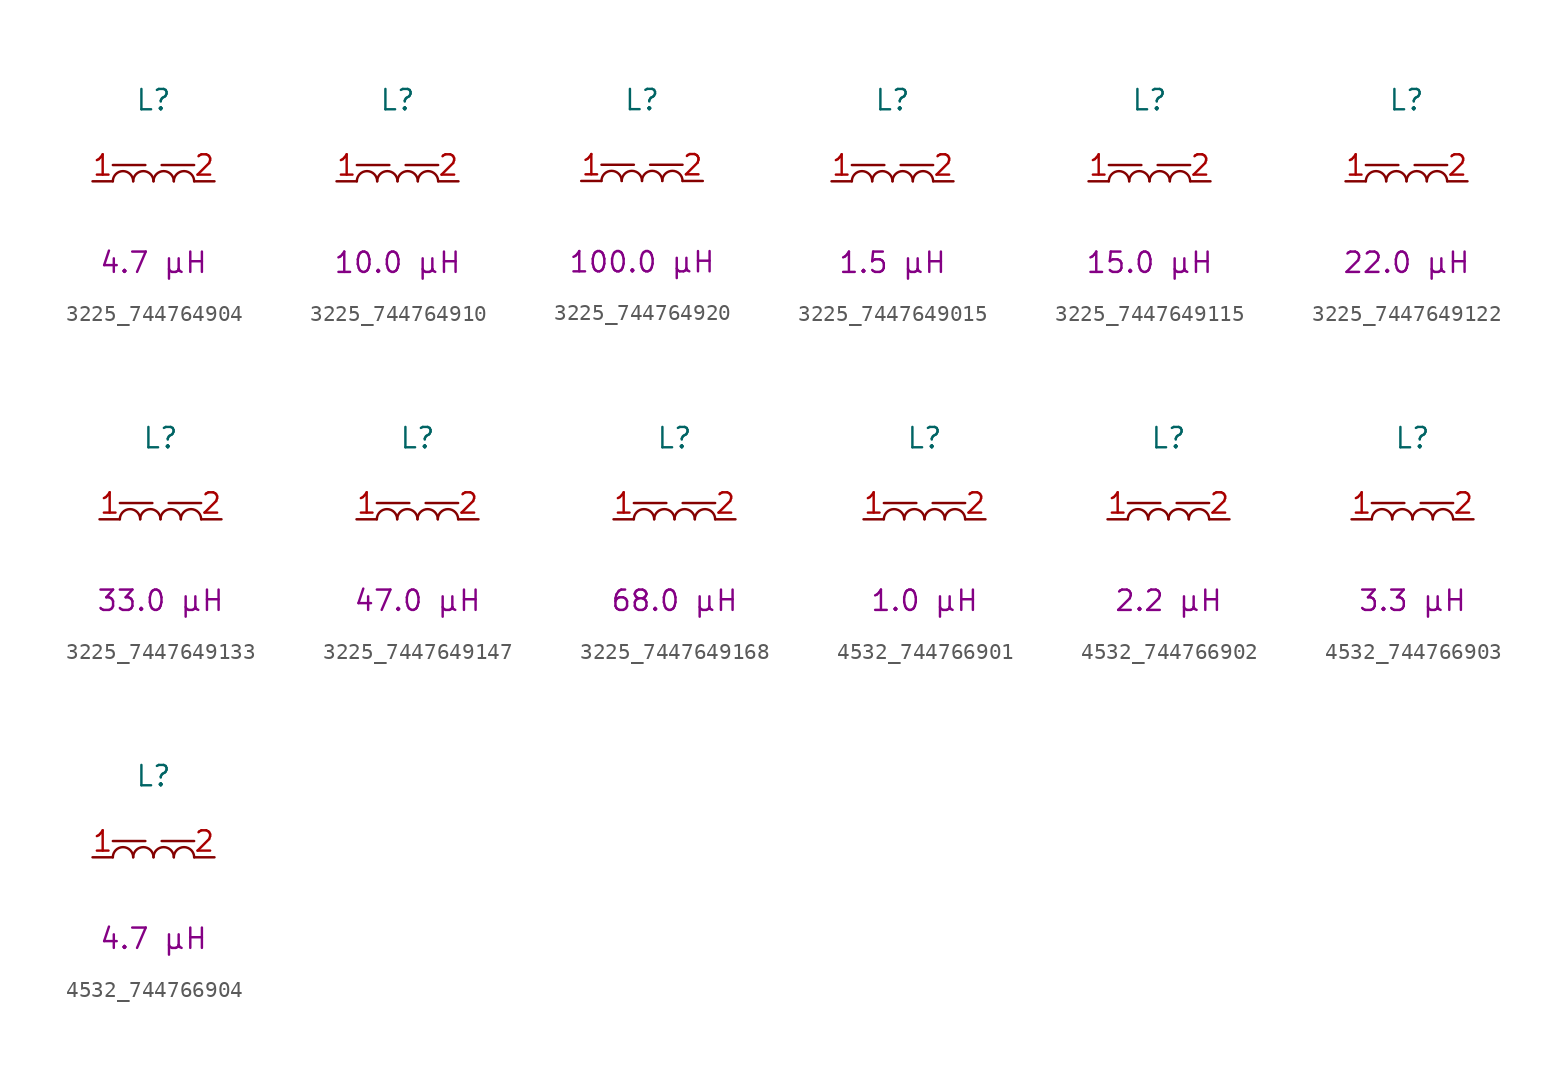
<source format=kicad_sym>
(kicad_symbol_lib
  (version 20220914)
  (generator kicad_symbol_editor)
  (symbol "3225_744764904"
    (pin_names hide)
    (property "Reference" "L"
      (at 0 5.08 0)
      (effects (font (size 1.27 1.27))))
    (property "Critical Parameter" "4.7 µH"
      (at 0 -5.08 0)
      (effects (font (size 1.27 1.27))))
    (symbol "3225_744764904_0_1"
      (arc (start -1.27 0) (mid -1.905 0.6323) (end -2.54 0) (stroke (width 0) (type default)) (fill (type none)))
      (arc (start 0 0) (mid -0.635 0.6323) (end -1.27 0) (stroke (width 0) (type default)) (fill (type none)))
      (polyline (pts (xy -2.54 1.016) (xy -0.508 1.016)) (stroke (width 0) (type default)) (fill (type none)))
      (arc (start 1.27 0) (mid 0.635 0.6323) (end 0 0) (stroke (width 0) (type default)) (fill (type none)))
      (arc (start 2.54 0) (mid 1.905 0.6323) (end 1.27 0) (stroke (width 0) (type default)) (fill (type none))))
    (symbol "3225_744764904_1_1"
      (polyline (pts (xy 2.54 1.016) (xy 0.508 1.016)) (stroke (width 0) (type default)) (fill (type none)))
      (pin passive line (at -3.81 0 0) (length 1.27) (name "1" (effects (font (size 1.27 1.27)))) (number "1" (effects (font (size 1.27 1.27)))))
      (pin passive line (at 3.81 0 180) (length 1.27) (name "2" (effects (font (size 1.27 1.27)))) (number "2" (effects (font (size 1.27 1.27)))))))
  (symbol "3225_744764910"
    (pin_names hide)
    (property "Reference" "L"
      (at 0 5.08 0)
      (effects (font (size 1.27 1.27))))
    (property "Critical Parameter" "10.0 µH"
      (at 0 -5.08 0)
      (effects (font (size 1.27 1.27))))
    (symbol "3225_744764910_0_1"
      (arc (start -1.27 0) (mid -1.905 0.6323) (end -2.54 0) (stroke (width 0) (type default)) (fill (type none)))
      (arc (start 0 0) (mid -0.635 0.6323) (end -1.27 0) (stroke (width 0) (type default)) (fill (type none)))
      (polyline (pts (xy -2.54 1.016) (xy -0.508 1.016)) (stroke (width 0) (type default)) (fill (type none)))
      (arc (start 1.27 0) (mid 0.635 0.6323) (end 0 0) (stroke (width 0) (type default)) (fill (type none)))
      (arc (start 2.54 0) (mid 1.905 0.6323) (end 1.27 0) (stroke (width 0) (type default)) (fill (type none))))
    (symbol "3225_744764910_1_1"
      (polyline (pts (xy 2.54 1.016) (xy 0.508 1.016)) (stroke (width 0) (type default)) (fill (type none)))
      (pin passive line (at -3.81 0 0) (length 1.27) (name "1" (effects (font (size 1.27 1.27)))) (number "1" (effects (font (size 1.27 1.27)))))
      (pin passive line (at 3.81 0 180) (length 1.27) (name "2" (effects (font (size 1.27 1.27)))) (number "2" (effects (font (size 1.27 1.27)))))))
  (symbol "3225_744764920"
    (pin_names hide)
    (property "Reference" "L"
      (at 0 5.08 0)
      (effects (font (size 1.27 1.27))))
    (property "Critical Parameter" "100.0 µH"
      (at 0 -5.08 0)
      (effects (font (size 1.27 1.27))))
    (symbol "3225_744764920_0_1"
      (arc (start -1.27 0) (mid -1.905 0.6323) (end -2.54 0) (stroke (width 0) (type default)) (fill (type none)))
      (arc (start 0 0) (mid -0.635 0.6323) (end -1.27 0) (stroke (width 0) (type default)) (fill (type none)))
      (polyline (pts (xy -2.54 1.016) (xy -0.508 1.016)) (stroke (width 0) (type default)) (fill (type none)))
      (arc (start 1.27 0) (mid 0.635 0.6323) (end 0 0) (stroke (width 0) (type default)) (fill (type none)))
      (arc (start 2.54 0) (mid 1.905 0.6323) (end 1.27 0) (stroke (width 0) (type default)) (fill (type none))))
    (symbol "3225_744764920_1_1"
      (polyline (pts (xy 2.54 1.016) (xy 0.508 1.016)) (stroke (width 0) (type default)) (fill (type none)))
      (pin passive line (at -3.81 0 0) (length 1.27) (name "1" (effects (font (size 1.27 1.27)))) (number "1" (effects (font (size 1.27 1.27)))))
      (pin passive line (at 3.81 0 180) (length 1.27) (name "2" (effects (font (size 1.27 1.27)))) (number "2" (effects (font (size 1.27 1.27)))))))
  (symbol "3225_7447649015"
    (pin_names hide)
    (property "Reference" "L"
      (at 0 5.08 0)
      (effects (font (size 1.27 1.27))))
    (property "Critical Parameter" "1.5 µH"
      (at 0 -5.08 0)
      (effects (font (size 1.27 1.27))))
    (symbol "3225_7447649015_0_1"
      (arc (start -1.27 0) (mid -1.905 0.6323) (end -2.54 0) (stroke (width 0) (type default)) (fill (type none)))
      (arc (start 0 0) (mid -0.635 0.6323) (end -1.27 0) (stroke (width 0) (type default)) (fill (type none)))
      (polyline (pts (xy -2.54 1.016) (xy -0.508 1.016)) (stroke (width 0) (type default)) (fill (type none)))
      (arc (start 1.27 0) (mid 0.635 0.6323) (end 0 0) (stroke (width 0) (type default)) (fill (type none)))
      (arc (start 2.54 0) (mid 1.905 0.6323) (end 1.27 0) (stroke (width 0) (type default)) (fill (type none))))
    (symbol "3225_7447649015_1_1"
      (polyline (pts (xy 2.54 1.016) (xy 0.508 1.016)) (stroke (width 0) (type default)) (fill (type none)))
      (pin passive line (at -3.81 0 0) (length 1.27) (name "1" (effects (font (size 1.27 1.27)))) (number "1" (effects (font (size 1.27 1.27)))))
      (pin passive line (at 3.81 0 180) (length 1.27) (name "2" (effects (font (size 1.27 1.27)))) (number "2" (effects (font (size 1.27 1.27)))))))
  (symbol "3225_7447649115"
    (pin_names hide)
    (property "Reference" "L"
      (at 0 5.08 0)
      (effects (font (size 1.27 1.27))))
    (property "Critical Parameter" "15.0 µH"
      (at 0 -5.08 0)
      (effects (font (size 1.27 1.27))))
    (symbol "3225_7447649115_0_1"
      (arc (start -1.27 0) (mid -1.905 0.6323) (end -2.54 0) (stroke (width 0) (type default)) (fill (type none)))
      (arc (start 0 0) (mid -0.635 0.6323) (end -1.27 0) (stroke (width 0) (type default)) (fill (type none)))
      (polyline (pts (xy -2.54 1.016) (xy -0.508 1.016)) (stroke (width 0) (type default)) (fill (type none)))
      (arc (start 1.27 0) (mid 0.635 0.6323) (end 0 0) (stroke (width 0) (type default)) (fill (type none)))
      (arc (start 2.54 0) (mid 1.905 0.6323) (end 1.27 0) (stroke (width 0) (type default)) (fill (type none))))
    (symbol "3225_7447649115_1_1"
      (polyline (pts (xy 2.54 1.016) (xy 0.508 1.016)) (stroke (width 0) (type default)) (fill (type none)))
      (pin passive line (at -3.81 0 0) (length 1.27) (name "1" (effects (font (size 1.27 1.27)))) (number "1" (effects (font (size 1.27 1.27)))))
      (pin passive line (at 3.81 0 180) (length 1.27) (name "2" (effects (font (size 1.27 1.27)))) (number "2" (effects (font (size 1.27 1.27)))))))
  (symbol "3225_7447649122"
    (pin_names hide)
    (property "Reference" "L"
      (at 0 5.08 0)
      (effects (font (size 1.27 1.27))))
    (property "Critical Parameter" "22.0 µH"
      (at 0 -5.08 0)
      (effects (font (size 1.27 1.27))))
    (symbol "3225_7447649122_0_1"
      (arc (start -1.27 0) (mid -1.905 0.6323) (end -2.54 0) (stroke (width 0) (type default)) (fill (type none)))
      (arc (start 0 0) (mid -0.635 0.6323) (end -1.27 0) (stroke (width 0) (type default)) (fill (type none)))
      (polyline (pts (xy -2.54 1.016) (xy -0.508 1.016)) (stroke (width 0) (type default)) (fill (type none)))
      (arc (start 1.27 0) (mid 0.635 0.6323) (end 0 0) (stroke (width 0) (type default)) (fill (type none)))
      (arc (start 2.54 0) (mid 1.905 0.6323) (end 1.27 0) (stroke (width 0) (type default)) (fill (type none))))
    (symbol "3225_7447649122_1_1"
      (polyline (pts (xy 2.54 1.016) (xy 0.508 1.016)) (stroke (width 0) (type default)) (fill (type none)))
      (pin passive line (at -3.81 0 0) (length 1.27) (name "1" (effects (font (size 1.27 1.27)))) (number "1" (effects (font (size 1.27 1.27)))))
      (pin passive line (at 3.81 0 180) (length 1.27) (name "2" (effects (font (size 1.27 1.27)))) (number "2" (effects (font (size 1.27 1.27)))))))
  (symbol "3225_7447649133"
    (pin_names hide)
    (property "Reference" "L"
      (at 0 5.08 0)
      (effects (font (size 1.27 1.27))))
    (property "Critical Parameter" "33.0 µH"
      (at 0 -5.08 0)
      (effects (font (size 1.27 1.27))))
    (symbol "3225_7447649133_0_1"
      (arc (start -1.27 0) (mid -1.905 0.6323) (end -2.54 0) (stroke (width 0) (type default)) (fill (type none)))
      (arc (start 0 0) (mid -0.635 0.6323) (end -1.27 0) (stroke (width 0) (type default)) (fill (type none)))
      (polyline (pts (xy -2.54 1.016) (xy -0.508 1.016)) (stroke (width 0) (type default)) (fill (type none)))
      (arc (start 1.27 0) (mid 0.635 0.6323) (end 0 0) (stroke (width 0) (type default)) (fill (type none)))
      (arc (start 2.54 0) (mid 1.905 0.6323) (end 1.27 0) (stroke (width 0) (type default)) (fill (type none))))
    (symbol "3225_7447649133_1_1"
      (polyline (pts (xy 2.54 1.016) (xy 0.508 1.016)) (stroke (width 0) (type default)) (fill (type none)))
      (pin passive line (at -3.81 0 0) (length 1.27) (name "1" (effects (font (size 1.27 1.27)))) (number "1" (effects (font (size 1.27 1.27)))))
      (pin passive line (at 3.81 0 180) (length 1.27) (name "2" (effects (font (size 1.27 1.27)))) (number "2" (effects (font (size 1.27 1.27)))))))
  (symbol "3225_7447649147"
    (pin_names hide)
    (property "Reference" "L"
      (at 0 5.08 0)
      (effects (font (size 1.27 1.27))))
    (property "Critical Parameter" "47.0 µH"
      (at 0 -5.08 0)
      (effects (font (size 1.27 1.27))))
    (symbol "3225_7447649147_0_1"
      (arc (start -1.27 0) (mid -1.905 0.6323) (end -2.54 0) (stroke (width 0) (type default)) (fill (type none)))
      (arc (start 0 0) (mid -0.635 0.6323) (end -1.27 0) (stroke (width 0) (type default)) (fill (type none)))
      (polyline (pts (xy -2.54 1.016) (xy -0.508 1.016)) (stroke (width 0) (type default)) (fill (type none)))
      (arc (start 1.27 0) (mid 0.635 0.6323) (end 0 0) (stroke (width 0) (type default)) (fill (type none)))
      (arc (start 2.54 0) (mid 1.905 0.6323) (end 1.27 0) (stroke (width 0) (type default)) (fill (type none))))
    (symbol "3225_7447649147_1_1"
      (polyline (pts (xy 2.54 1.016) (xy 0.508 1.016)) (stroke (width 0) (type default)) (fill (type none)))
      (pin passive line (at -3.81 0 0) (length 1.27) (name "1" (effects (font (size 1.27 1.27)))) (number "1" (effects (font (size 1.27 1.27)))))
      (pin passive line (at 3.81 0 180) (length 1.27) (name "2" (effects (font (size 1.27 1.27)))) (number "2" (effects (font (size 1.27 1.27)))))))
  (symbol "3225_7447649168"
    (pin_names hide)
    (property "Reference" "L"
      (at 0 5.08 0)
      (effects (font (size 1.27 1.27))))
    (property "Critical Parameter" "68.0 µH"
      (at 0 -5.08 0)
      (effects (font (size 1.27 1.27))))
    (symbol "3225_7447649168_0_1"
      (arc (start -1.27 0) (mid -1.905 0.6323) (end -2.54 0) (stroke (width 0) (type default)) (fill (type none)))
      (arc (start 0 0) (mid -0.635 0.6323) (end -1.27 0) (stroke (width 0) (type default)) (fill (type none)))
      (polyline (pts (xy -2.54 1.016) (xy -0.508 1.016)) (stroke (width 0) (type default)) (fill (type none)))
      (arc (start 1.27 0) (mid 0.635 0.6323) (end 0 0) (stroke (width 0) (type default)) (fill (type none)))
      (arc (start 2.54 0) (mid 1.905 0.6323) (end 1.27 0) (stroke (width 0) (type default)) (fill (type none))))
    (symbol "3225_7447649168_1_1"
      (polyline (pts (xy 2.54 1.016) (xy 0.508 1.016)) (stroke (width 0) (type default)) (fill (type none)))
      (pin passive line (at -3.81 0 0) (length 1.27) (name "1" (effects (font (size 1.27 1.27)))) (number "1" (effects (font (size 1.27 1.27)))))
      (pin passive line (at 3.81 0 180) (length 1.27) (name "2" (effects (font (size 1.27 1.27)))) (number "2" (effects (font (size 1.27 1.27)))))))
  (symbol "4532_744766901"
    (pin_names hide)
    (property "Reference" "L"
      (at 0 5.08 0)
      (effects (font (size 1.27 1.27))))
    (property "Critical Parameter" "1.0 µH"
      (at 0 -5.08 0)
      (effects (font (size 1.27 1.27))))
    (symbol "4532_744766901_0_1"
      (arc (start -1.27 0) (mid -1.905 0.6323) (end -2.54 0) (stroke (width 0) (type default)) (fill (type none)))
      (arc (start 0 0) (mid -0.635 0.6323) (end -1.27 0) (stroke (width 0) (type default)) (fill (type none)))
      (polyline (pts (xy -2.54 1.016) (xy -0.508 1.016)) (stroke (width 0) (type default)) (fill (type none)))
      (arc (start 1.27 0) (mid 0.635 0.6323) (end 0 0) (stroke (width 0) (type default)) (fill (type none)))
      (arc (start 2.54 0) (mid 1.905 0.6323) (end 1.27 0) (stroke (width 0) (type default)) (fill (type none))))
    (symbol "4532_744766901_1_1"
      (polyline (pts (xy 2.54 1.016) (xy 0.508 1.016)) (stroke (width 0) (type default)) (fill (type none)))
      (pin passive line (at -3.81 0 0) (length 1.27) (name "1" (effects (font (size 1.27 1.27)))) (number "1" (effects (font (size 1.27 1.27)))))
      (pin passive line (at 3.81 0 180) (length 1.27) (name "2" (effects (font (size 1.27 1.27)))) (number "2" (effects (font (size 1.27 1.27)))))))
  (symbol "4532_744766902"
    (pin_names hide)
    (property "Reference" "L"
      (at 0 5.08 0)
      (effects (font (size 1.27 1.27))))
    (property "Critical Parameter" "2.2 µH"
      (at 0 -5.08 0)
      (effects (font (size 1.27 1.27))))
    (symbol "4532_744766902_0_1"
      (arc (start -1.27 0) (mid -1.905 0.6323) (end -2.54 0) (stroke (width 0) (type default)) (fill (type none)))
      (arc (start 0 0) (mid -0.635 0.6323) (end -1.27 0) (stroke (width 0) (type default)) (fill (type none)))
      (polyline (pts (xy -2.54 1.016) (xy -0.508 1.016)) (stroke (width 0) (type default)) (fill (type none)))
      (arc (start 1.27 0) (mid 0.635 0.6323) (end 0 0) (stroke (width 0) (type default)) (fill (type none)))
      (arc (start 2.54 0) (mid 1.905 0.6323) (end 1.27 0) (stroke (width 0) (type default)) (fill (type none))))
    (symbol "4532_744766902_1_1"
      (polyline (pts (xy 2.54 1.016) (xy 0.508 1.016)) (stroke (width 0) (type default)) (fill (type none)))
      (pin passive line (at -3.81 0 0) (length 1.27) (name "1" (effects (font (size 1.27 1.27)))) (number "1" (effects (font (size 1.27 1.27)))))
      (pin passive line (at 3.81 0 180) (length 1.27) (name "2" (effects (font (size 1.27 1.27)))) (number "2" (effects (font (size 1.27 1.27)))))))
  (symbol "4532_744766903"
    (pin_names hide)
    (property "Reference" "L"
      (at 0 5.08 0)
      (effects (font (size 1.27 1.27))))
    (property "Critical Parameter" "3.3 µH"
      (at 0 -5.08 0)
      (effects (font (size 1.27 1.27))))
    (symbol "4532_744766903_0_1"
      (arc (start -1.27 0) (mid -1.905 0.6323) (end -2.54 0) (stroke (width 0) (type default)) (fill (type none)))
      (arc (start 0 0) (mid -0.635 0.6323) (end -1.27 0) (stroke (width 0) (type default)) (fill (type none)))
      (polyline (pts (xy -2.54 1.016) (xy -0.508 1.016)) (stroke (width 0) (type default)) (fill (type none)))
      (arc (start 1.27 0) (mid 0.635 0.6323) (end 0 0) (stroke (width 0) (type default)) (fill (type none)))
      (arc (start 2.54 0) (mid 1.905 0.6323) (end 1.27 0) (stroke (width 0) (type default)) (fill (type none))))
    (symbol "4532_744766903_1_1"
      (polyline (pts (xy 2.54 1.016) (xy 0.508 1.016)) (stroke (width 0) (type default)) (fill (type none)))
      (pin passive line (at -3.81 0 0) (length 1.27) (name "1" (effects (font (size 1.27 1.27)))) (number "1" (effects (font (size 1.27 1.27)))))
      (pin passive line (at 3.81 0 180) (length 1.27) (name "2" (effects (font (size 1.27 1.27)))) (number "2" (effects (font (size 1.27 1.27)))))))
  (symbol "4532_744766904"
    (pin_names hide)
    (property "Reference" "L"
      (at 0 5.08 0)
      (effects (font (size 1.27 1.27))))
    (property "Critical Parameter" "4.7 µH"
      (at 0 -5.08 0)
      (effects (font (size 1.27 1.27))))
    (symbol "4532_744766904_0_1"
      (arc (start -1.27 0) (mid -1.905 0.6323) (end -2.54 0) (stroke (width 0) (type default)) (fill (type none)))
      (arc (start 0 0) (mid -0.635 0.6323) (end -1.27 0) (stroke (width 0) (type default)) (fill (type none)))
      (polyline (pts (xy -2.54 1.016) (xy -0.508 1.016)) (stroke (width 0) (type default)) (fill (type none)))
      (arc (start 1.27 0) (mid 0.635 0.6323) (end 0 0) (stroke (width 0) (type default)) (fill (type none)))
      (arc (start 2.54 0) (mid 1.905 0.6323) (end 1.27 0) (stroke (width 0) (type default)) (fill (type none))))
    (symbol "4532_744766904_1_1"
      (polyline (pts (xy 2.54 1.016) (xy 0.508 1.016)) (stroke (width 0) (type default)) (fill (type none)))
      (pin passive line (at -3.81 0 0) (length 1.27) (name "1" (effects (font (size 1.27 1.27)))) (number "1" (effects (font (size 1.27 1.27)))))
      (pin passive line (at 3.81 0 180) (length 1.27) (name "2" (effects (font (size 1.27 1.27)))) (number "2" (effects (font (size 1.27 1.27))))))))
</source>
